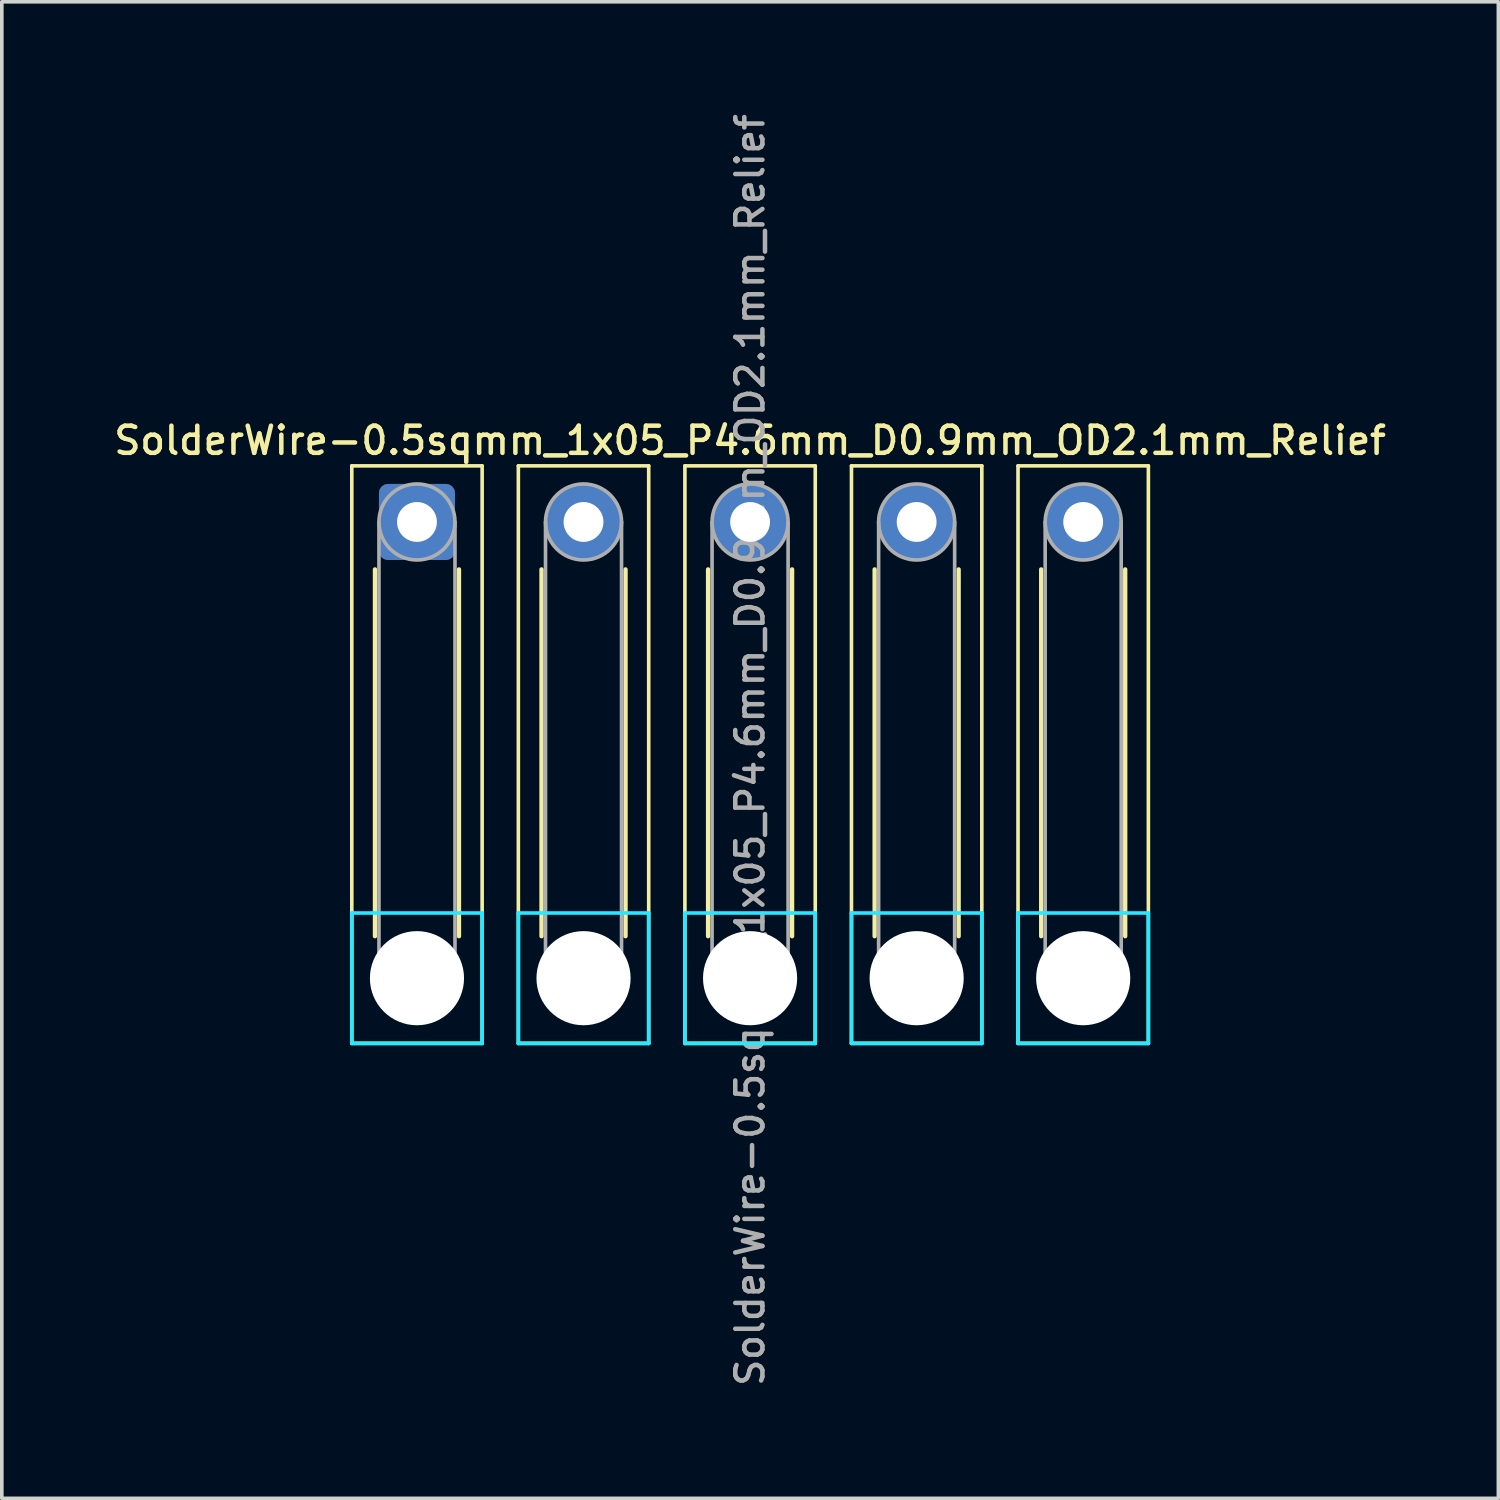
<source format=kicad_pcb>
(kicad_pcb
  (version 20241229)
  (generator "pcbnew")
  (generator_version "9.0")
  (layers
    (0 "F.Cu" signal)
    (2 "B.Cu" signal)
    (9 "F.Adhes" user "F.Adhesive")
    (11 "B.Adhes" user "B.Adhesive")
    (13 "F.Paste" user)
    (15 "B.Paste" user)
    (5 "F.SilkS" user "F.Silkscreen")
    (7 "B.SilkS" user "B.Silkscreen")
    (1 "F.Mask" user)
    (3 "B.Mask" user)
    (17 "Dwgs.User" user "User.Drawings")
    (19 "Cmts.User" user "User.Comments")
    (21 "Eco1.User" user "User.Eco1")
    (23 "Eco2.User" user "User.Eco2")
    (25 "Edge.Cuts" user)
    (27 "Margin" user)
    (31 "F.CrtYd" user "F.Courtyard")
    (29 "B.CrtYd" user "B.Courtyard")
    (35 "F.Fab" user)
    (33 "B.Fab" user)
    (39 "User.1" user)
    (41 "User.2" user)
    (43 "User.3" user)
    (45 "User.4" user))
  (footprint "SolderWire-0.5sqmm_1x05_P4.6mm_D0.9mm_OD2.1mm_Relief"
    (layer "F.Cu")
    (at 8.466 11.366)
    (property "Reference" "SolderWire-0.5sqmm_1x05_P4.6mm_D0.9mm_OD2.1mm_Relief" (at 9.2 -2.25 0) (layer "F.SilkS") (effects (font (size 0.75 0.75) (thickness 0.125))))
    (attr exclude_from_pos_files exclude_from_bom)
    (fp_line (start -1.8 -1.55) (end -1.8 14.4) (stroke (width 0.1) (type solid)) (layer "F.SilkS"))
    (fp_line (start -1.8 14.4) (end 1.8 14.4) (stroke (width 0.1) (type solid)) (layer "F.SilkS"))
    (fp_line (start -1.16 1.31) (end -1.16 11.44) (stroke (width 0.12) (type solid)) (layer "F.SilkS"))
    (fp_line (start 1.16 1.31) (end 1.16 11.44) (stroke (width 0.12) (type solid)) (layer "F.SilkS"))
    (fp_line (start 1.8 -1.55) (end -1.8 -1.55) (stroke (width 0.1) (type solid)) (layer "F.SilkS"))
    (fp_line (start 1.8 14.4) (end 1.8 -1.55) (stroke (width 0.1) (type solid)) (layer "F.SilkS"))
    (fp_line (start 2.8 -1.55) (end 2.8 14.4) (stroke (width 0.1) (type solid)) (layer "F.SilkS"))
    (fp_line (start 2.8 14.4) (end 6.4 14.4) (stroke (width 0.1) (type solid)) (layer "F.SilkS"))
    (fp_line (start 3.44 1.31) (end 3.44 11.44) (stroke (width 0.12) (type solid)) (layer "F.SilkS"))
    (fp_line (start 5.76 1.31) (end 5.76 11.44) (stroke (width 0.12) (type solid)) (layer "F.SilkS"))
    (fp_line (start 6.4 -1.55) (end 2.8 -1.55) (stroke (width 0.1) (type solid)) (layer "F.SilkS"))
    (fp_line (start 6.4 14.4) (end 6.4 -1.55) (stroke (width 0.1) (type solid)) (layer "F.SilkS"))
    (fp_line (start 7.4 -1.55) (end 7.4 14.4) (stroke (width 0.1) (type solid)) (layer "F.SilkS"))
    (fp_line (start 7.4 14.4) (end 11 14.4) (stroke (width 0.1) (type solid)) (layer "F.SilkS"))
    (fp_line (start 8.04 1.31) (end 8.04 11.44) (stroke (width 0.12) (type solid)) (layer "F.SilkS"))
    (fp_line (start 10.36 1.31) (end 10.36 11.44) (stroke (width 0.12) (type solid)) (layer "F.SilkS"))
    (fp_line (start 11 -1.55) (end 7.4 -1.55) (stroke (width 0.1) (type solid)) (layer "F.SilkS"))
    (fp_line (start 11 14.4) (end 11 -1.55) (stroke (width 0.1) (type solid)) (layer "F.SilkS"))
    (fp_line (start 12 -1.55) (end 12 14.4) (stroke (width 0.1) (type solid)) (layer "F.SilkS"))
    (fp_line (start 12 14.4) (end 15.6 14.4) (stroke (width 0.1) (type solid)) (layer "F.SilkS"))
    (fp_line (start 12.64 1.31) (end 12.64 11.44) (stroke (width 0.12) (type solid)) (layer "F.SilkS"))
    (fp_line (start 14.96 1.31) (end 14.96 11.44) (stroke (width 0.12) (type solid)) (layer "F.SilkS"))
    (fp_line (start 15.6 -1.55) (end 12 -1.55) (stroke (width 0.1) (type solid)) (layer "F.SilkS"))
    (fp_line (start 15.6 14.4) (end 15.6 -1.55) (stroke (width 0.1) (type solid)) (layer "F.SilkS"))
    (fp_line (start 16.6 -1.55) (end 16.6 14.4) (stroke (width 0.1) (type solid)) (layer "F.SilkS"))
    (fp_line (start 16.6 14.4) (end 20.2 14.4) (stroke (width 0.1) (type solid)) (layer "F.SilkS"))
    (fp_line (start 17.24 1.31) (end 17.24 11.44) (stroke (width 0.12) (type solid)) (layer "F.SilkS"))
    (fp_line (start 19.56 1.31) (end 19.56 11.44) (stroke (width 0.12) (type solid)) (layer "F.SilkS"))
    (fp_line (start 20.2 -1.55) (end 16.6 -1.55) (stroke (width 0.1) (type solid)) (layer "F.SilkS"))
    (fp_line (start 20.2 14.4) (end 20.2 -1.55) (stroke (width 0.1) (type solid)) (layer "F.SilkS"))
    (fp_line (start -1.8 10.8) (end -1.8 14.4) (stroke (width 0.1) (type solid)) (layer "B.CrtYd"))
    (fp_line (start -1.8 14.4) (end 1.8 14.4) (stroke (width 0.1) (type solid)) (layer "B.CrtYd"))
    (fp_line (start 1.8 10.8) (end -1.8 10.8) (stroke (width 0.1) (type solid)) (layer "B.CrtYd"))
    (fp_line (start 1.8 14.4) (end 1.8 10.8) (stroke (width 0.1) (type solid)) (layer "B.CrtYd"))
    (fp_line (start 2.8 10.8) (end 2.8 14.4) (stroke (width 0.1) (type solid)) (layer "B.CrtYd"))
    (fp_line (start 2.8 14.4) (end 6.4 14.4) (stroke (width 0.1) (type solid)) (layer "B.CrtYd"))
    (fp_line (start 6.4 10.8) (end 2.8 10.8) (stroke (width 0.1) (type solid)) (layer "B.CrtYd"))
    (fp_line (start 6.4 14.4) (end 6.4 10.8) (stroke (width 0.1) (type solid)) (layer "B.CrtYd"))
    (fp_line (start 7.4 10.8) (end 7.4 14.4) (stroke (width 0.1) (type solid)) (layer "B.CrtYd"))
    (fp_line (start 7.4 14.4) (end 11 14.4) (stroke (width 0.1) (type solid)) (layer "B.CrtYd"))
    (fp_line (start 11 10.8) (end 7.4 10.8) (stroke (width 0.1) (type solid)) (layer "B.CrtYd"))
    (fp_line (start 11 14.4) (end 11 10.8) (stroke (width 0.1) (type solid)) (layer "B.CrtYd"))
    (fp_line (start 12 10.8) (end 12 14.4) (stroke (width 0.1) (type solid)) (layer "B.CrtYd"))
    (fp_line (start 12 14.4) (end 15.6 14.4) (stroke (width 0.1) (type solid)) (layer "B.CrtYd"))
    (fp_line (start 15.6 10.8) (end 12 10.8) (stroke (width 0.1) (type solid)) (layer "B.CrtYd"))
    (fp_line (start 15.6 14.4) (end 15.6 10.8) (stroke (width 0.1) (type solid)) (layer "B.CrtYd"))
    (fp_line (start 16.6 10.8) (end 16.6 14.4) (stroke (width 0.1) (type solid)) (layer "B.CrtYd"))
    (fp_line (start 16.6 14.4) (end 20.2 14.4) (stroke (width 0.1) (type solid)) (layer "B.CrtYd"))
    (fp_line (start 20.2 10.8) (end 16.6 10.8) (stroke (width 0.1) (type solid)) (layer "B.CrtYd"))
    (fp_line (start 20.2 14.4) (end 20.2 10.8) (stroke (width 0.1) (type solid)) (layer "B.CrtYd"))
    (fp_line (start -1.05 0) (end -1.05 12.6) (stroke (width 0.1) (type solid)) (layer "F.Fab"))
    (fp_line (start 1.05 0) (end 1.05 12.6) (stroke (width 0.1) (type solid)) (layer "F.Fab"))
    (fp_line (start 3.55 0) (end 3.55 12.6) (stroke (width 0.1) (type solid)) (layer "F.Fab"))
    (fp_line (start 5.65 0) (end 5.65 12.6) (stroke (width 0.1) (type solid)) (layer "F.Fab"))
    (fp_line (start 8.15 0) (end 8.15 12.6) (stroke (width 0.1) (type solid)) (layer "F.Fab"))
    (fp_line (start 10.25 0) (end 10.25 12.6) (stroke (width 0.1) (type solid)) (layer "F.Fab"))
    (fp_line (start 12.75 0) (end 12.75 12.6) (stroke (width 0.1) (type solid)) (layer "F.Fab"))
    (fp_line (start 14.85 0) (end 14.85 12.6) (stroke (width 0.1) (type solid)) (layer "F.Fab"))
    (fp_line (start 17.35 0) (end 17.35 12.6) (stroke (width 0.1) (type solid)) (layer "F.Fab"))
    (fp_line (start 19.45 0) (end 19.45 12.6) (stroke (width 0.1) (type solid)) (layer "F.Fab"))
    (fp_circle (center 0 0) (end 1.05 0) (stroke (width 0.1) (type solid)) (fill no) (layer "F.Fab"))
    (fp_circle (center 0 12.6) (end 1.05 12.6) (stroke (width 0.1) (type solid)) (fill no) (layer "F.Fab"))
    (fp_circle (center 4.6 0) (end 5.65 0) (stroke (width 0.1) (type solid)) (fill no) (layer "F.Fab"))
    (fp_circle (center 4.6 12.6) (end 5.65 12.6) (stroke (width 0.1) (type solid)) (fill no) (layer "F.Fab"))
    (fp_circle (center 9.2 0) (end 10.25 0) (stroke (width 0.1) (type solid)) (fill no) (layer "F.Fab"))
    (fp_circle (center 9.2 12.6) (end 10.25 12.6) (stroke (width 0.1) (type solid)) (fill no) (layer "F.Fab"))
    (fp_circle (center 13.8 0) (end 14.85 0) (stroke (width 0.1) (type solid)) (fill no) (layer "F.Fab"))
    (fp_circle (center 13.8 12.6) (end 14.85 12.6) (stroke (width 0.1) (type solid)) (fill no) (layer "F.Fab"))
    (fp_circle (center 18.4 0) (end 19.45 0) (stroke (width 0.1) (type solid)) (fill no) (layer "F.Fab"))
    (fp_circle (center 18.4 12.6) (end 19.45 12.6) (stroke (width 0.1) (type solid)) (fill no) (layer "F.Fab"))
    (fp_text user "${REFERENCE}" (at 9.2 6.3 90) (layer "F.Fab") (effects (font (size 0.75 0.75) (thickness 0.125))))
    (pad "" np_thru_hole circle (at 0 12.6) (size 2.6 2.6) (drill 2.6) (layers "*.Cu" "*.Mask"))
    (pad "" np_thru_hole circle (at 4.6 12.6) (size 2.6 2.6) (drill 2.6) (layers "*.Cu" "*.Mask"))
    (pad "" np_thru_hole circle (at 9.2 12.6) (size 2.6 2.6) (drill 2.6) (layers "*.Cu" "*.Mask"))
    (pad "" np_thru_hole circle (at 13.8 12.6) (size 2.6 2.6) (drill 2.6) (layers "*.Cu" "*.Mask"))
    (pad "" np_thru_hole circle (at 18.4 12.6) (size 2.6 2.6) (drill 2.6) (layers "*.Cu" "*.Mask"))
    (pad "1" thru_hole roundrect (at 0 0) (size 2.1 2.1) (drill 1.1) (layers "*.Cu" "*.Mask") (roundrect_rratio 0.119))
    (pad "2" thru_hole circle (at 4.6 0) (size 2.1 2.1) (drill 1.1) (layers "*.Cu" "*.Mask"))
    (pad "3" thru_hole circle (at 9.2 0) (size 2.1 2.1) (drill 1.1) (layers "*.Cu" "*.Mask"))
    (pad "4" thru_hole circle (at 13.8 0) (size 2.1 2.1) (drill 1.1) (layers "*.Cu" "*.Mask"))
    (pad "5" thru_hole circle (at 18.4 0) (size 2.1 2.1) (drill 1.1) (layers "*.Cu" "*.Mask")))
  (gr_rect
    (start -3 -3)
    (end 38.332 38.332)
    (stroke (width 0.1) (type default))
    (fill no)
    (layer "Edge.Cuts")))
</source>
